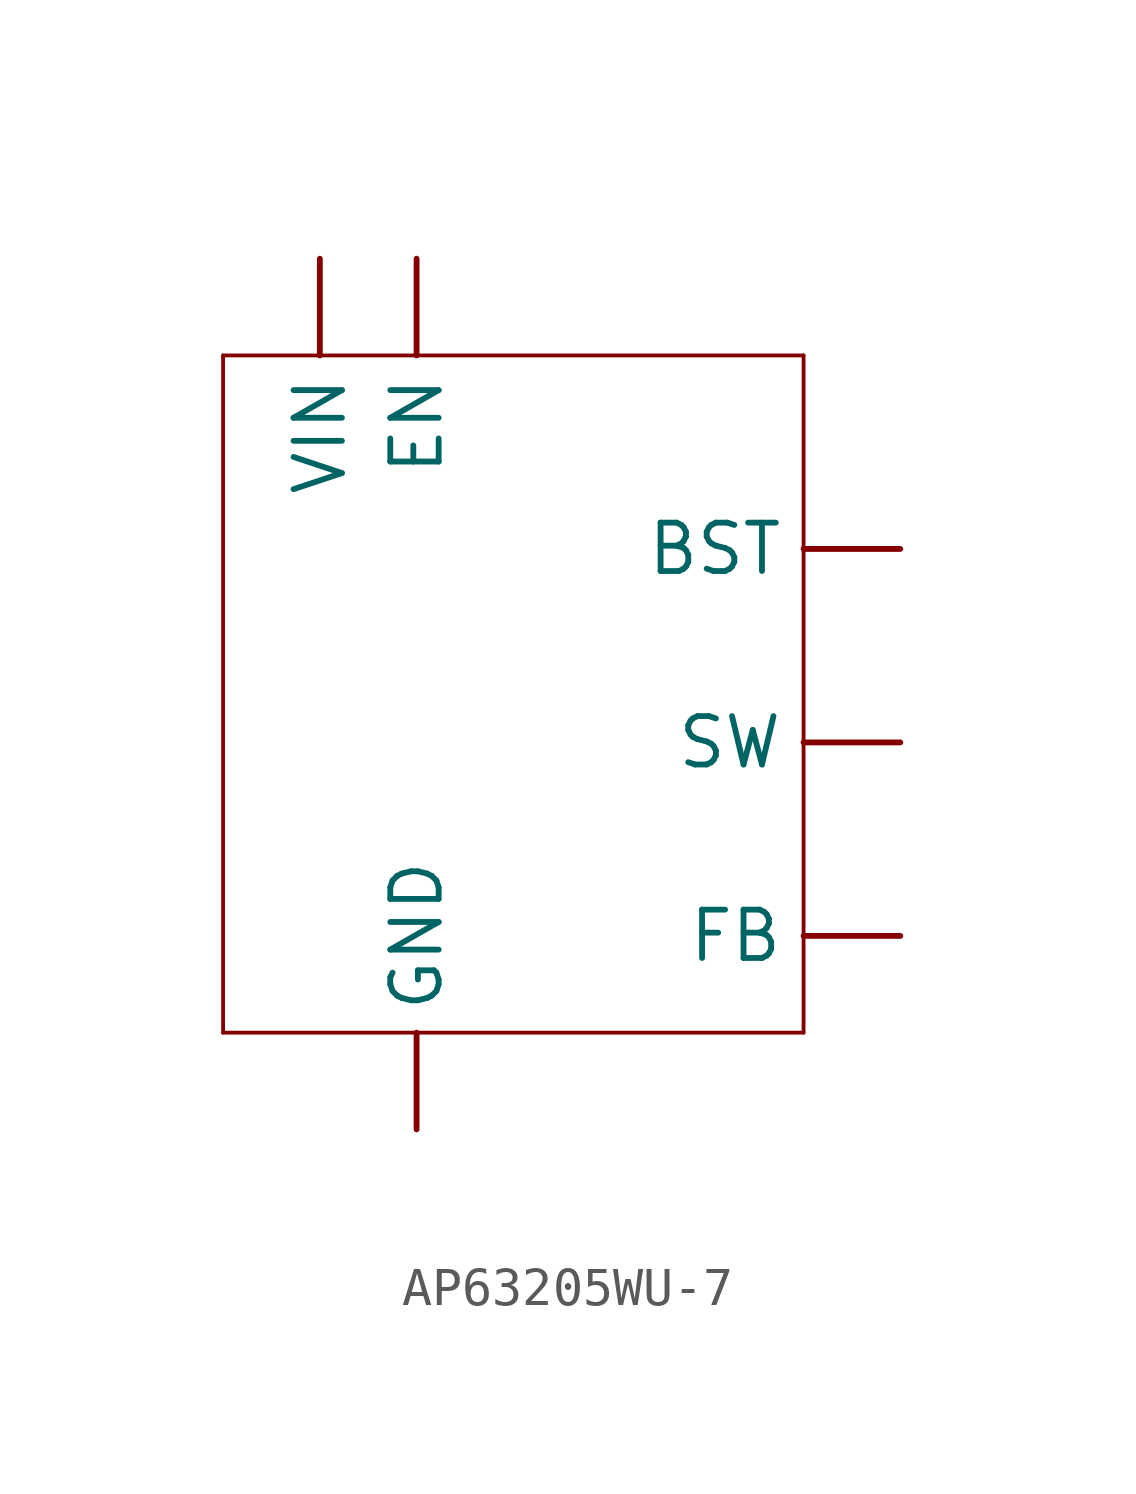
<source format=kicad_sym>
(kicad_symbol_lib
  (version 20220914)
  (generator kicad_symbol_editor)
  (symbol "AP63205WU-7"
    (property "Reference" "U"
      (at 0 0 0)
      (effects (font (size 1.27 1.27)) hide))
    (property "Value" ""
      (at 8.382 -3.302 0)
      (effects (font (size 2.54 2.159)) (justify left bottom)))
    (property "ki_locked" ""
      (at 0 0 0)
      (effects (font (size 1.27 1.27))))
    (symbol "AP63205WU-7_1_0"
      (polyline (pts (xy 0 0) (xy 15.24 0)) (stroke (width 0.1) (type solid)) (fill (type none)))
      (polyline (pts (xy 0 17.78) (xy 0 0)) (stroke (width 0.1) (type solid)) (fill (type none)))
      (polyline (pts (xy 15.24 0) (xy 15.24 17.78)) (stroke (width 0.1) (type solid)) (fill (type none)))
      (polyline (pts (xy 15.24 17.78) (xy 0 17.78)) (stroke (width 0.1) (type solid)) (fill (type none)))
      (pin bidirectional line (at 17.78 12.7 180) (length 2.54) (name "BST" (effects (font (size 1.27 1.27)))) (number "BST" (effects (font (size 0 0)))))
      (pin bidirectional line (at 5.08 20.32 270) (length 2.54) (name "EN" (effects (font (size 1.27 1.27)))) (number "EN" (effects (font (size 0 0)))))
      (pin bidirectional line (at 17.78 2.54 180) (length 2.54) (name "FB" (effects (font (size 1.27 1.27)))) (number "FB" (effects (font (size 0 0)))))
      (pin bidirectional line (at 5.08 -2.54 90) (length 2.54) (name "GND" (effects (font (size 1.27 1.27)))) (number "GND" (effects (font (size 0 0)))))
      (pin bidirectional line (at 17.78 7.62 180) (length 2.54) (name "SW" (effects (font (size 1.27 1.27)))) (number "SW" (effects (font (size 0 0)))))
      (pin bidirectional line (at 2.54 20.32 270) (length 2.54) (name "VIN" (effects (font (size 1.27 1.27)))) (number "VIN" (effects (font (size 0 0))))))))
</source>
